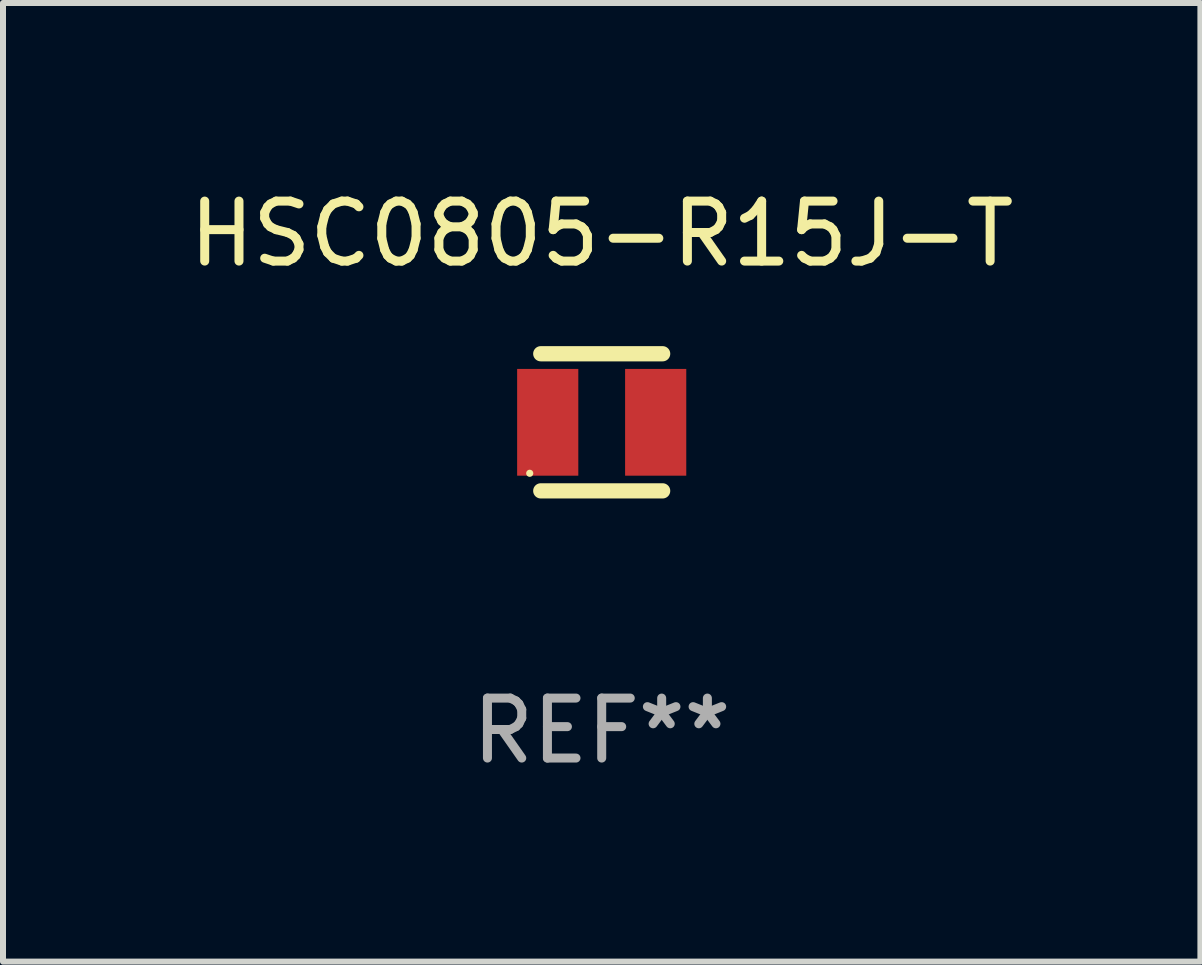
<source format=kicad_pcb>
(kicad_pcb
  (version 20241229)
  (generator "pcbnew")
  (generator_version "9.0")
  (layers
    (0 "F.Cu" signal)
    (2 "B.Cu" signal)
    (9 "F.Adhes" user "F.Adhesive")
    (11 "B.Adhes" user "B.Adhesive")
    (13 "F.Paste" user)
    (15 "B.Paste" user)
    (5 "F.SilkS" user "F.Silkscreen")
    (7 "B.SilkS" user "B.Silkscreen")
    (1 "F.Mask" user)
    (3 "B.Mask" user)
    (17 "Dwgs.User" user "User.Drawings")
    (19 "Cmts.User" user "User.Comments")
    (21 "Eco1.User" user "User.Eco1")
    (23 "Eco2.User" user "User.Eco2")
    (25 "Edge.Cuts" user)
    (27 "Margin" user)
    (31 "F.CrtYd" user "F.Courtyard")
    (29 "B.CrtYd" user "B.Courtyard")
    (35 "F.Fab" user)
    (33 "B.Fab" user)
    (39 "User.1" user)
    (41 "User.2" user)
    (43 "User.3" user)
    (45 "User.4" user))
  (footprint "HSC0805-R15J-T"
    (layer "F.Cu")
    (at 6.982 3.991)
    (property "Reference" "HSC0805-R15J-T" (at 0 -3.143 0) (layer "F.SilkS") (effects (font (size 1 1) (thickness 0.15))))
    (attr through_hole)
    (fp_line (start -1.016 -1.143) (end 1.016 -1.143) (stroke (width 0.254) (type solid)) (layer "F.SilkS"))
    (fp_line (start -1.016 1.143) (end 1.016 1.143) (stroke (width 0.254) (type solid)) (layer "F.SilkS"))
    (fp_circle (center -1.2 0.85) (end -1.17 0.85) (stroke (width 0.06) (type solid)) (fill no) (layer "F.SilkS"))
    (fp_text user "REF**" (at 0 5.143 0) (layer "F.Fab") (effects (font (size 1 1) (thickness 0.15))))
    (pad "1" smd rect (at -0.9 0) (size 1.02 1.78) (layers "F.Cu" "F.Mask" "F.Paste"))
    (pad "2" smd rect (at 0.9 0) (size 1.02 1.78) (layers "F.Cu" "F.Mask" "F.Paste")))
  (gr_rect
    (start -3 -3)
    (end 16.964 12.983)
    (stroke (width 0.1) (type default))
    (fill no)
    (layer "Edge.Cuts")))
</source>
